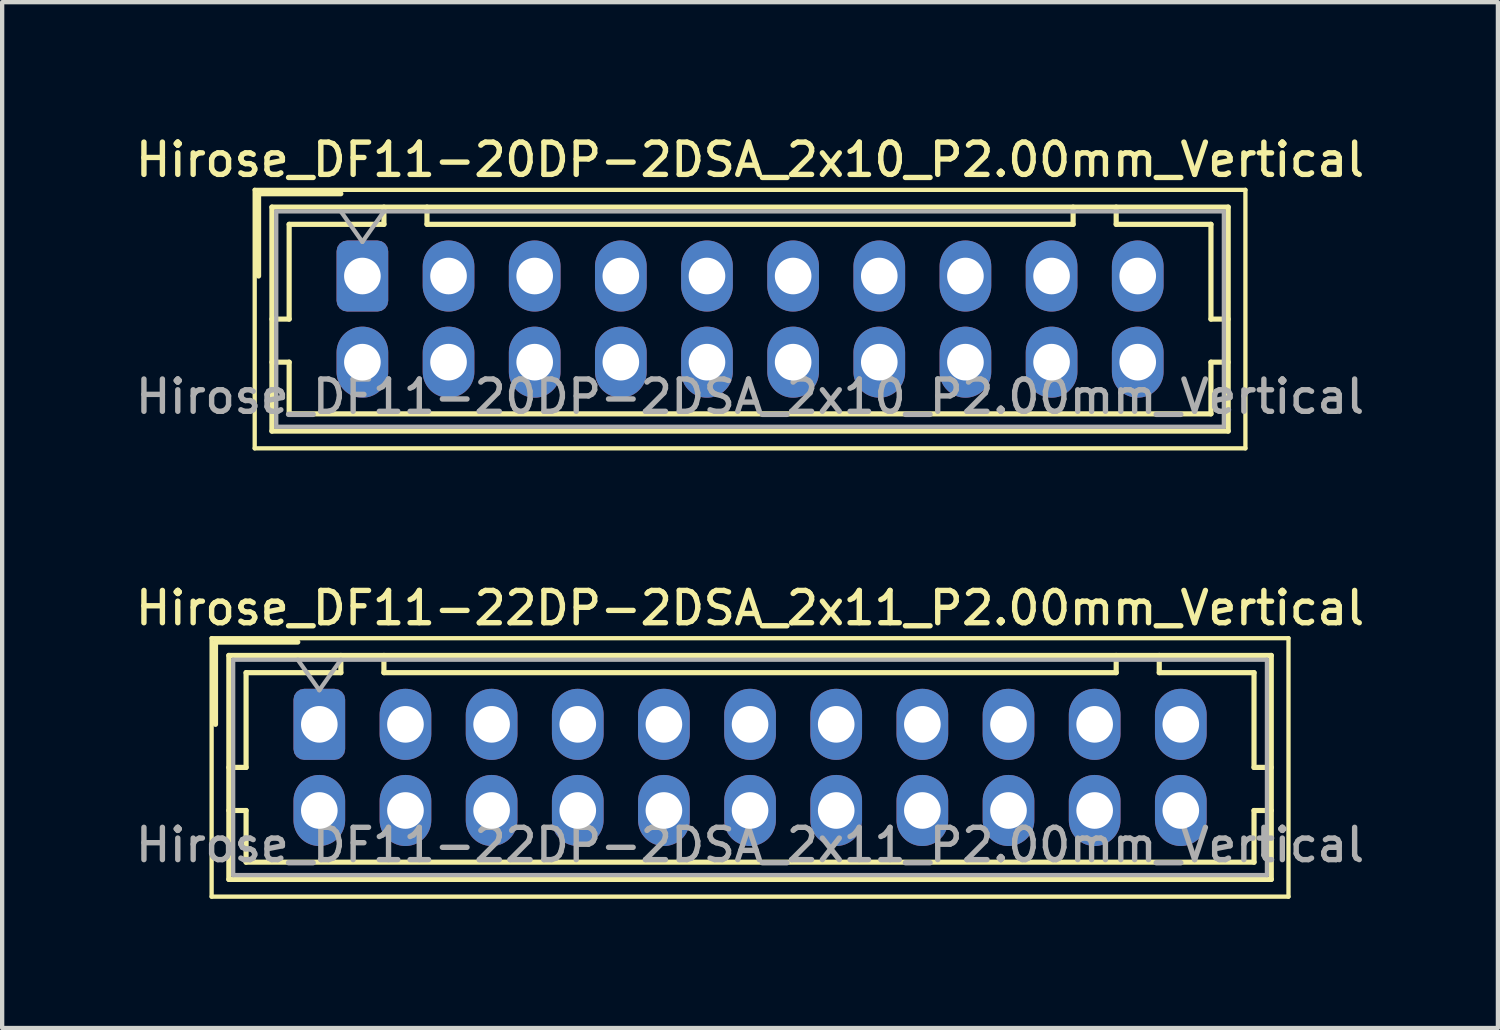
<source format=kicad_pcb>
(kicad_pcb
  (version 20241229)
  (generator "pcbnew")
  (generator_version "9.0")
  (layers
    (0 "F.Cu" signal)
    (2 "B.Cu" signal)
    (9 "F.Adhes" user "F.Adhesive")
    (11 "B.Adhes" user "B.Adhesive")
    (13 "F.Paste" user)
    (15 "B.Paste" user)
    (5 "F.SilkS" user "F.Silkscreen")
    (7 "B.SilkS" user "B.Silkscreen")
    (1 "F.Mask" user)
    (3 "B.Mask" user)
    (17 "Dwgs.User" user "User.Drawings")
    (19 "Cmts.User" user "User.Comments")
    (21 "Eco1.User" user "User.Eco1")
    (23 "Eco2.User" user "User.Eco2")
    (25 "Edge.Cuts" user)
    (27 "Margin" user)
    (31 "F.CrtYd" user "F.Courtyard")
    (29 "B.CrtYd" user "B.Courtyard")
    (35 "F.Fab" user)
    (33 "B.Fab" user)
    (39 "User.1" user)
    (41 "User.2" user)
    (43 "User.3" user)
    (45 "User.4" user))
  (footprint "Hirose_DF11-20DP-2DSA_2x10_P2.00mm_Vertical"
    (layer "F.Cu")
    (at 5.363 3.358)
    (property "Reference" "Hirose_DF11-20DP-2DSA_2x10_P2.00mm_Vertical" (at 9 -2.7 0) (layer "F.SilkS") (effects (font (size 0.75 0.75) (thickness 0.125))))
    (attr through_hole)
    (fp_line (start -2.5 -2) (end -2.5 4) (stroke (width 0.1) (type solid)) (layer "F.SilkS"))
    (fp_line (start -2.5 4) (end 20.5 4) (stroke (width 0.1) (type solid)) (layer "F.SilkS"))
    (fp_line (start -2.41 -1.91) (end -0.5 -1.91) (stroke (width 0.12) (type solid)) (layer "F.SilkS"))
    (fp_line (start -2.41 0) (end -2.41 -1.91) (stroke (width 0.12) (type solid)) (layer "F.SilkS"))
    (fp_line (start -2.1 -1.6) (end -2.1 3.6) (stroke (width 0.12) (type solid)) (layer "F.SilkS"))
    (fp_line (start -2.1 1) (end -1.7 1) (stroke (width 0.12) (type solid)) (layer "F.SilkS"))
    (fp_line (start -2.1 2) (end -1.7 2) (stroke (width 0.12) (type solid)) (layer "F.SilkS"))
    (fp_line (start -2.1 3.6) (end 20.1 3.6) (stroke (width 0.12) (type solid)) (layer "F.SilkS"))
    (fp_line (start -1.7 -1.2) (end 0.5 -1.2) (stroke (width 0.12) (type solid)) (layer "F.SilkS"))
    (fp_line (start -1.7 1) (end -1.7 -1.2) (stroke (width 0.12) (type solid)) (layer "F.SilkS"))
    (fp_line (start -1.7 2) (end -1.7 3.2) (stroke (width 0.12) (type solid)) (layer "F.SilkS"))
    (fp_line (start -1.7 3.2) (end 19.7 3.2) (stroke (width 0.12) (type solid)) (layer "F.SilkS"))
    (fp_line (start 0.5 -1.2) (end 0.5 -1.6) (stroke (width 0.12) (type solid)) (layer "F.SilkS"))
    (fp_line (start 1.5 -1.6) (end 1.5 -1.2) (stroke (width 0.12) (type solid)) (layer "F.SilkS"))
    (fp_line (start 1.5 -1.2) (end 16.5 -1.2) (stroke (width 0.12) (type solid)) (layer "F.SilkS"))
    (fp_line (start 16.5 -1.2) (end 16.5 -1.6) (stroke (width 0.12) (type solid)) (layer "F.SilkS"))
    (fp_line (start 17.5 -1.2) (end 17.5 -1.6) (stroke (width 0.12) (type solid)) (layer "F.SilkS"))
    (fp_line (start 19.7 -1.2) (end 17.5 -1.2) (stroke (width 0.12) (type solid)) (layer "F.SilkS"))
    (fp_line (start 19.7 1) (end 19.7 -1.2) (stroke (width 0.12) (type solid)) (layer "F.SilkS"))
    (fp_line (start 19.7 2) (end 20.1 2) (stroke (width 0.12) (type solid)) (layer "F.SilkS"))
    (fp_line (start 19.7 3.2) (end 19.7 2) (stroke (width 0.12) (type solid)) (layer "F.SilkS"))
    (fp_line (start 20.1 -1.6) (end -2.1 -1.6) (stroke (width 0.12) (type solid)) (layer "F.SilkS"))
    (fp_line (start 20.1 1) (end 19.7 1) (stroke (width 0.12) (type solid)) (layer "F.SilkS"))
    (fp_line (start 20.1 3.6) (end 20.1 -1.6) (stroke (width 0.12) (type solid)) (layer "F.SilkS"))
    (fp_line (start 20.5 -2) (end -2.5 -2) (stroke (width 0.1) (type solid)) (layer "F.SilkS"))
    (fp_line (start 20.5 4) (end 20.5 -2) (stroke (width 0.1) (type solid)) (layer "F.SilkS"))
    (fp_line (start -2 -1.5) (end -2 3.5) (stroke (width 0.1) (type solid)) (layer "F.Fab"))
    (fp_line (start -2 3.5) (end 20 3.5) (stroke (width 0.1) (type solid)) (layer "F.Fab"))
    (fp_line (start -0.5 -1.5) (end 0 -0.793) (stroke (width 0.1) (type solid)) (layer "F.Fab"))
    (fp_line (start 0 -0.793) (end 0.5 -1.5) (stroke (width 0.1) (type solid)) (layer "F.Fab"))
    (fp_line (start 20 -1.5) (end -2 -1.5) (stroke (width 0.1) (type solid)) (layer "F.Fab"))
    (fp_line (start 20 3.5) (end 20 -1.5) (stroke (width 0.1) (type solid)) (layer "F.Fab"))
    (fp_text user "${REFERENCE}" (at 9 2.8 0) (layer "F.Fab") (effects (font (size 0.75 0.75) (thickness 0.125))))
    (pad "1" thru_hole roundrect (at 0 0) (size 1.2 1.65) (drill 0.85) (layers "*.Cu" "*.Mask") (roundrect_rratio 0.208))
    (pad "2" thru_hole oval (at 0 2) (size 1.2 1.65) (drill 0.85) (layers "*.Cu" "*.Mask"))
    (pad "3" thru_hole oval (at 2 0) (size 1.2 1.65) (drill 0.85) (layers "*.Cu" "*.Mask"))
    (pad "4" thru_hole oval (at 2 2) (size 1.2 1.65) (drill 0.85) (layers "*.Cu" "*.Mask"))
    (pad "5" thru_hole oval (at 4 0) (size 1.2 1.65) (drill 0.85) (layers "*.Cu" "*.Mask"))
    (pad "6" thru_hole oval (at 4 2) (size 1.2 1.65) (drill 0.85) (layers "*.Cu" "*.Mask"))
    (pad "7" thru_hole oval (at 6 0) (size 1.2 1.65) (drill 0.85) (layers "*.Cu" "*.Mask"))
    (pad "8" thru_hole oval (at 6 2) (size 1.2 1.65) (drill 0.85) (layers "*.Cu" "*.Mask"))
    (pad "9" thru_hole oval (at 8 0) (size 1.2 1.65) (drill 0.85) (layers "*.Cu" "*.Mask"))
    (pad "10" thru_hole oval (at 8 2) (size 1.2 1.65) (drill 0.85) (layers "*.Cu" "*.Mask"))
    (pad "11" thru_hole oval (at 10 0) (size 1.2 1.65) (drill 0.85) (layers "*.Cu" "*.Mask"))
    (pad "12" thru_hole oval (at 10 2) (size 1.2 1.65) (drill 0.85) (layers "*.Cu" "*.Mask"))
    (pad "13" thru_hole oval (at 12 0) (size 1.2 1.65) (drill 0.85) (layers "*.Cu" "*.Mask"))
    (pad "14" thru_hole oval (at 12 2) (size 1.2 1.65) (drill 0.85) (layers "*.Cu" "*.Mask"))
    (pad "15" thru_hole oval (at 14 0) (size 1.2 1.65) (drill 0.85) (layers "*.Cu" "*.Mask"))
    (pad "16" thru_hole oval (at 14 2) (size 1.2 1.65) (drill 0.85) (layers "*.Cu" "*.Mask"))
    (pad "17" thru_hole oval (at 16 0) (size 1.2 1.65) (drill 0.85) (layers "*.Cu" "*.Mask"))
    (pad "18" thru_hole oval (at 16 2) (size 1.2 1.65) (drill 0.85) (layers "*.Cu" "*.Mask"))
    (pad "19" thru_hole oval (at 18 0) (size 1.2 1.65) (drill 0.85) (layers "*.Cu" "*.Mask"))
    (pad "20" thru_hole oval (at 18 2) (size 1.2 1.65) (drill 0.85) (layers "*.Cu" "*.Mask")))
  (footprint "Hirose_DF11-22DP-2DSA_2x11_P2.00mm_Vertical"
    (layer "F.Cu")
    (at 4.363 13.766)
    (property "Reference" "Hirose_DF11-22DP-2DSA_2x11_P2.00mm_Vertical" (at 10 -2.7 0) (layer "F.SilkS") (effects (font (size 0.75 0.75) (thickness 0.125))))
    (attr through_hole)
    (fp_line (start -2.5 -2) (end -2.5 4) (stroke (width 0.1) (type solid)) (layer "F.SilkS"))
    (fp_line (start -2.5 4) (end 22.5 4) (stroke (width 0.1) (type solid)) (layer "F.SilkS"))
    (fp_line (start -2.41 -1.91) (end -0.5 -1.91) (stroke (width 0.12) (type solid)) (layer "F.SilkS"))
    (fp_line (start -2.41 0) (end -2.41 -1.91) (stroke (width 0.12) (type solid)) (layer "F.SilkS"))
    (fp_line (start -2.1 -1.6) (end -2.1 3.6) (stroke (width 0.12) (type solid)) (layer "F.SilkS"))
    (fp_line (start -2.1 1) (end -1.7 1) (stroke (width 0.12) (type solid)) (layer "F.SilkS"))
    (fp_line (start -2.1 2) (end -1.7 2) (stroke (width 0.12) (type solid)) (layer "F.SilkS"))
    (fp_line (start -2.1 3.6) (end 22.1 3.6) (stroke (width 0.12) (type solid)) (layer "F.SilkS"))
    (fp_line (start -1.7 -1.2) (end 0.5 -1.2) (stroke (width 0.12) (type solid)) (layer "F.SilkS"))
    (fp_line (start -1.7 1) (end -1.7 -1.2) (stroke (width 0.12) (type solid)) (layer "F.SilkS"))
    (fp_line (start -1.7 2) (end -1.7 3.2) (stroke (width 0.12) (type solid)) (layer "F.SilkS"))
    (fp_line (start -1.7 3.2) (end 21.7 3.2) (stroke (width 0.12) (type solid)) (layer "F.SilkS"))
    (fp_line (start 0.5 -1.2) (end 0.5 -1.6) (stroke (width 0.12) (type solid)) (layer "F.SilkS"))
    (fp_line (start 1.5 -1.6) (end 1.5 -1.2) (stroke (width 0.12) (type solid)) (layer "F.SilkS"))
    (fp_line (start 1.5 -1.2) (end 18.5 -1.2) (stroke (width 0.12) (type solid)) (layer "F.SilkS"))
    (fp_line (start 18.5 -1.2) (end 18.5 -1.6) (stroke (width 0.12) (type solid)) (layer "F.SilkS"))
    (fp_line (start 19.5 -1.2) (end 19.5 -1.6) (stroke (width 0.12) (type solid)) (layer "F.SilkS"))
    (fp_line (start 21.7 -1.2) (end 19.5 -1.2) (stroke (width 0.12) (type solid)) (layer "F.SilkS"))
    (fp_line (start 21.7 1) (end 21.7 -1.2) (stroke (width 0.12) (type solid)) (layer "F.SilkS"))
    (fp_line (start 21.7 2) (end 22.1 2) (stroke (width 0.12) (type solid)) (layer "F.SilkS"))
    (fp_line (start 21.7 3.2) (end 21.7 2) (stroke (width 0.12) (type solid)) (layer "F.SilkS"))
    (fp_line (start 22.1 -1.6) (end -2.1 -1.6) (stroke (width 0.12) (type solid)) (layer "F.SilkS"))
    (fp_line (start 22.1 1) (end 21.7 1) (stroke (width 0.12) (type solid)) (layer "F.SilkS"))
    (fp_line (start 22.1 3.6) (end 22.1 -1.6) (stroke (width 0.12) (type solid)) (layer "F.SilkS"))
    (fp_line (start 22.5 -2) (end -2.5 -2) (stroke (width 0.1) (type solid)) (layer "F.SilkS"))
    (fp_line (start 22.5 4) (end 22.5 -2) (stroke (width 0.1) (type solid)) (layer "F.SilkS"))
    (fp_line (start -2 -1.5) (end -2 3.5) (stroke (width 0.1) (type solid)) (layer "F.Fab"))
    (fp_line (start -2 3.5) (end 22 3.5) (stroke (width 0.1) (type solid)) (layer "F.Fab"))
    (fp_line (start -0.5 -1.5) (end 0 -0.793) (stroke (width 0.1) (type solid)) (layer "F.Fab"))
    (fp_line (start 0 -0.793) (end 0.5 -1.5) (stroke (width 0.1) (type solid)) (layer "F.Fab"))
    (fp_line (start 22 -1.5) (end -2 -1.5) (stroke (width 0.1) (type solid)) (layer "F.Fab"))
    (fp_line (start 22 3.5) (end 22 -1.5) (stroke (width 0.1) (type solid)) (layer "F.Fab"))
    (fp_text user "${REFERENCE}" (at 10 2.8 0) (layer "F.Fab") (effects (font (size 0.75 0.75) (thickness 0.125))))
    (pad "1" thru_hole roundrect (at 0 0) (size 1.2 1.65) (drill 0.85) (layers "*.Cu" "*.Mask") (roundrect_rratio 0.208))
    (pad "2" thru_hole oval (at 0 2) (size 1.2 1.65) (drill 0.85) (layers "*.Cu" "*.Mask"))
    (pad "3" thru_hole oval (at 2 0) (size 1.2 1.65) (drill 0.85) (layers "*.Cu" "*.Mask"))
    (pad "4" thru_hole oval (at 2 2) (size 1.2 1.65) (drill 0.85) (layers "*.Cu" "*.Mask"))
    (pad "5" thru_hole oval (at 4 0) (size 1.2 1.65) (drill 0.85) (layers "*.Cu" "*.Mask"))
    (pad "6" thru_hole oval (at 4 2) (size 1.2 1.65) (drill 0.85) (layers "*.Cu" "*.Mask"))
    (pad "7" thru_hole oval (at 6 0) (size 1.2 1.65) (drill 0.85) (layers "*.Cu" "*.Mask"))
    (pad "8" thru_hole oval (at 6 2) (size 1.2 1.65) (drill 0.85) (layers "*.Cu" "*.Mask"))
    (pad "9" thru_hole oval (at 8 0) (size 1.2 1.65) (drill 0.85) (layers "*.Cu" "*.Mask"))
    (pad "10" thru_hole oval (at 8 2) (size 1.2 1.65) (drill 0.85) (layers "*.Cu" "*.Mask"))
    (pad "11" thru_hole oval (at 10 0) (size 1.2 1.65) (drill 0.85) (layers "*.Cu" "*.Mask"))
    (pad "12" thru_hole oval (at 10 2) (size 1.2 1.65) (drill 0.85) (layers "*.Cu" "*.Mask"))
    (pad "13" thru_hole oval (at 12 0) (size 1.2 1.65) (drill 0.85) (layers "*.Cu" "*.Mask"))
    (pad "14" thru_hole oval (at 12 2) (size 1.2 1.65) (drill 0.85) (layers "*.Cu" "*.Mask"))
    (pad "15" thru_hole oval (at 14 0) (size 1.2 1.65) (drill 0.85) (layers "*.Cu" "*.Mask"))
    (pad "16" thru_hole oval (at 14 2) (size 1.2 1.65) (drill 0.85) (layers "*.Cu" "*.Mask"))
    (pad "17" thru_hole oval (at 16 0) (size 1.2 1.65) (drill 0.85) (layers "*.Cu" "*.Mask"))
    (pad "18" thru_hole oval (at 16 2) (size 1.2 1.65) (drill 0.85) (layers "*.Cu" "*.Mask"))
    (pad "19" thru_hole oval (at 18 0) (size 1.2 1.65) (drill 0.85) (layers "*.Cu" "*.Mask"))
    (pad "20" thru_hole oval (at 18 2) (size 1.2 1.65) (drill 0.85) (layers "*.Cu" "*.Mask"))
    (pad "21" thru_hole oval (at 20 0) (size 1.2 1.65) (drill 0.85) (layers "*.Cu" "*.Mask"))
    (pad "22" thru_hole oval (at 20 2) (size 1.2 1.65) (drill 0.85) (layers "*.Cu" "*.Mask")))
  (gr_rect
    (start -3 -3)
    (end 31.725 20.816)
    (stroke (width 0.1) (type default))
    (fill no)
    (layer "Edge.Cuts")))
</source>
